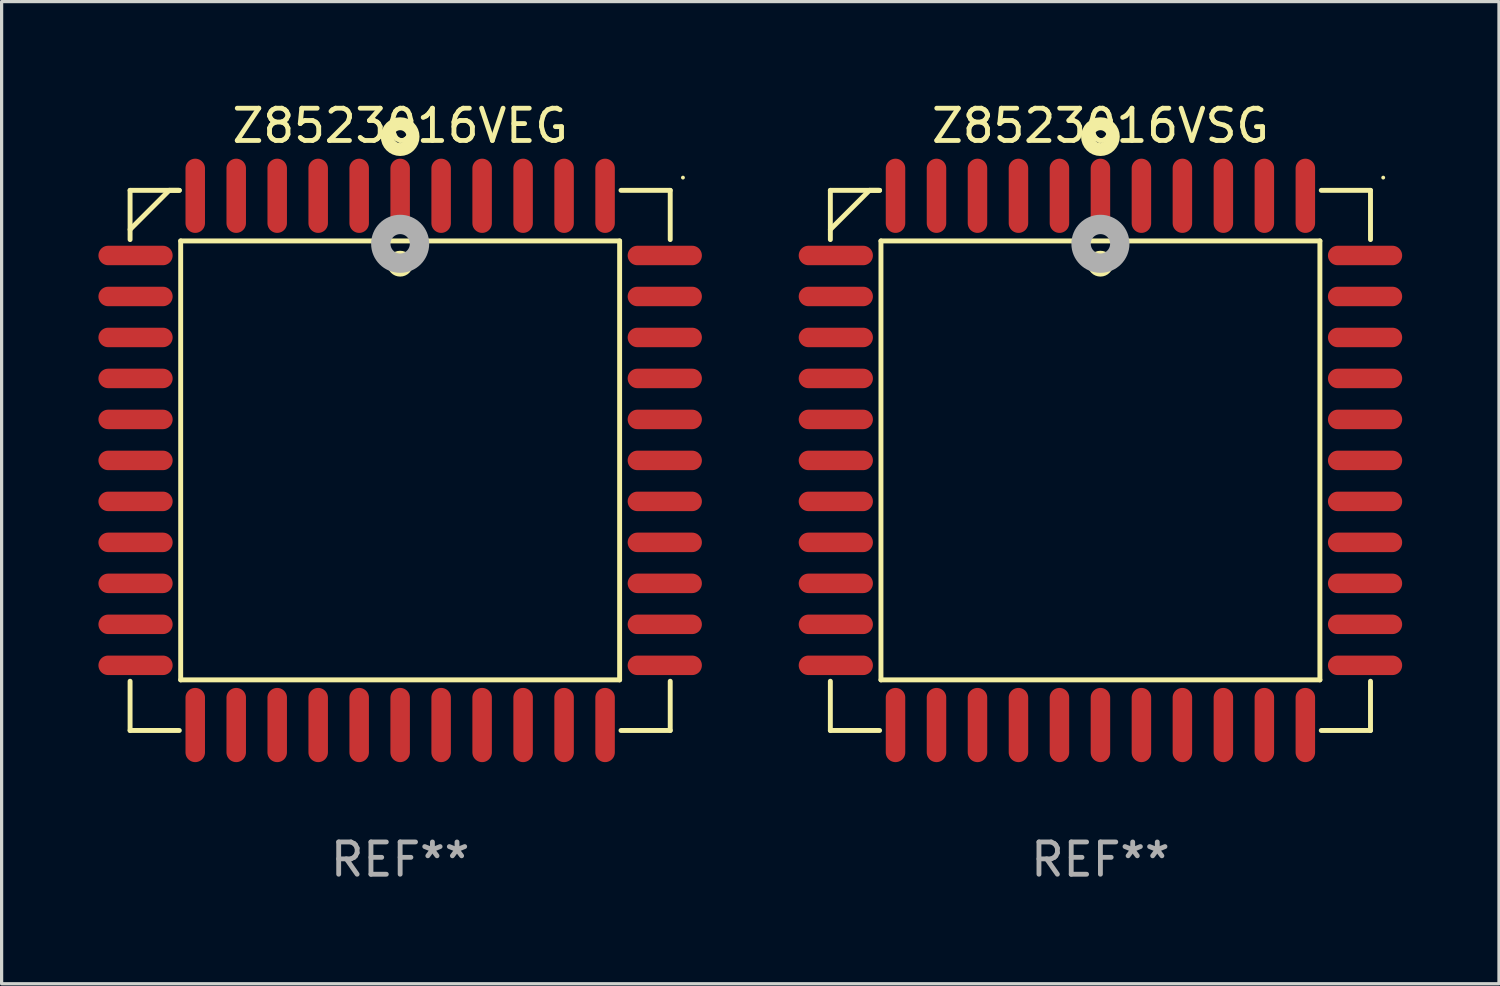
<source format=kicad_pcb>
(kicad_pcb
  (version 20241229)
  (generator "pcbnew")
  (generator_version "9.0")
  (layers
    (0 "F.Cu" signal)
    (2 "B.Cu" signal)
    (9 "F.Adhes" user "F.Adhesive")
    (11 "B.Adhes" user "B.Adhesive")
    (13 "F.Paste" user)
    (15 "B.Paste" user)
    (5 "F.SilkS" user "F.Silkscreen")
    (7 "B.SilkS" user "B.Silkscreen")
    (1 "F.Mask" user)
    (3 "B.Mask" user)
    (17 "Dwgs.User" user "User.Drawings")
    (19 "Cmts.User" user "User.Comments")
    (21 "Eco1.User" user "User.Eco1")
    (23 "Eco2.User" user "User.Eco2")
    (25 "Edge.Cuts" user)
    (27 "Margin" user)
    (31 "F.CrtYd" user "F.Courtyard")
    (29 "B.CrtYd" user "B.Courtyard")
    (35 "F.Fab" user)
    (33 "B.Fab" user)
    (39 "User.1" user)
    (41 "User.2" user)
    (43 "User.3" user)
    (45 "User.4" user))
  (footprint "Z8523016VEG"
    (layer "F.Cu")
    (at 9.35 11.217)
    (property "Reference" "Z8523016VEG" (at 0 -10.369 0) (layer "F.SilkS") (effects (font (size 1 1) (thickness 0.15))))
    (attr through_hole)
    (fp_line (start -8.369 -8.369) (end -8.369 -6.843) (stroke (width 0.152) (type solid)) (layer "F.SilkS"))
    (fp_line (start -8.369 8.369) (end -8.369 6.843) (stroke (width 0.152) (type solid)) (layer "F.SilkS"))
    (fp_line (start -7.156 -8.369) (end -8.369 -7.156) (stroke (width 0.152) (type solid)) (layer "F.SilkS"))
    (fp_line (start -6.843 -8.369) (end -8.369 -8.369) (stroke (width 0.152) (type solid)) (layer "F.SilkS"))
    (fp_line (start -6.843 -8.369) (end -7.156 -8.369) (stroke (width 0.152) (type solid)) (layer "F.SilkS"))
    (fp_line (start -6.843 8.369) (end -8.369 8.369) (stroke (width 0.152) (type solid)) (layer "F.SilkS"))
    (fp_line (start -6.801 -6.801) (end 6.801 -6.801) (stroke (width 0.152) (type solid)) (layer "F.SilkS"))
    (fp_line (start -6.801 6.801) (end -6.801 -6.801) (stroke (width 0.152) (type solid)) (layer "F.SilkS"))
    (fp_line (start 6.801 -6.801) (end 6.801 6.801) (stroke (width 0.152) (type solid)) (layer "F.SilkS"))
    (fp_line (start 6.801 6.801) (end -6.801 6.801) (stroke (width 0.152) (type solid)) (layer "F.SilkS"))
    (fp_line (start 6.843 -8.369) (end 8.369 -8.369) (stroke (width 0.152) (type solid)) (layer "F.SilkS"))
    (fp_line (start 6.843 8.369) (end 8.369 8.369) (stroke (width 0.152) (type solid)) (layer "F.SilkS"))
    (fp_line (start 8.369 -8.369) (end 8.369 -6.843) (stroke (width 0.152) (type solid)) (layer "F.SilkS"))
    (fp_line (start 8.369 8.369) (end 8.369 6.843) (stroke (width 0.152) (type solid)) (layer "F.SilkS"))
    (fp_circle (center -0.000013 -6.096) (end 0.2 -6.096) (stroke (width 0.4) (type solid)) (fill no) (layer "F.SilkS"))
    (fp_circle (center 0.000114 -10.033) (end 0.2 -10.033) (stroke (width 0.4) (type solid)) (fill no) (layer "F.SilkS"))
    (fp_circle (center 8.763 -8.763) (end 8.793 -8.763) (stroke (width 0.06) (type solid)) (fill no) (layer "F.SilkS"))
    (fp_circle (center 0.000114 -6.712) (end 0.3 -6.712) (stroke (width 0.6) (type solid)) (fill no) (layer "F.Fab"))
    (fp_text user "REF**" (at 0 12.369 0) (layer "F.Fab") (effects (font (size 1 1) (thickness 0.15))))
    (pad "1" smd oval (at 0.000114 -8.2) (size 0.604 2.3) (layers "F.Cu" "F.Mask" "F.Paste"))
    (pad "2" smd oval (at -1.27 -8.2) (size 0.604 2.3) (layers "F.Cu" "F.Mask" "F.Paste"))
    (pad "3" smd oval (at -2.54 -8.2) (size 0.604 2.3) (layers "F.Cu" "F.Mask" "F.Paste"))
    (pad "4" smd oval (at -3.81 -8.2) (size 0.604 2.3) (layers "F.Cu" "F.Mask" "F.Paste"))
    (pad "5" smd oval (at -5.08 -8.2) (size 0.604 2.3) (layers "F.Cu" "F.Mask" "F.Paste"))
    (pad "6" smd oval (at -6.35 -8.2) (size 0.604 2.3) (layers "F.Cu" "F.Mask" "F.Paste"))
    (pad "7" smd oval (at -8.2 -6.35) (size 2.3 0.604) (layers "F.Cu" "F.Mask" "F.Paste"))
    (pad "8" smd oval (at -8.2 -5.08) (size 2.3 0.604) (layers "F.Cu" "F.Mask" "F.Paste"))
    (pad "9" smd oval (at -8.2 -3.81) (size 2.3 0.604) (layers "F.Cu" "F.Mask" "F.Paste"))
    (pad "10" smd oval (at -8.2 -2.54) (size 2.3 0.604) (layers "F.Cu" "F.Mask" "F.Paste"))
    (pad "11" smd oval (at -8.2 -1.27) (size 2.3 0.604) (layers "F.Cu" "F.Mask" "F.Paste"))
    (pad "12" smd oval (at -8.2 0.000127) (size 2.3 0.604) (layers "F.Cu" "F.Mask" "F.Paste"))
    (pad "13" smd oval (at -8.2 1.27) (size 2.3 0.604) (layers "F.Cu" "F.Mask" "F.Paste"))
    (pad "14" smd oval (at -8.2 2.54) (size 2.3 0.604) (layers "F.Cu" "F.Mask" "F.Paste"))
    (pad "15" smd oval (at -8.2 3.81) (size 2.3 0.604) (layers "F.Cu" "F.Mask" "F.Paste"))
    (pad "16" smd oval (at -8.2 5.08) (size 2.3 0.604) (layers "F.Cu" "F.Mask" "F.Paste"))
    (pad "17" smd oval (at -8.2 6.35) (size 2.3 0.604) (layers "F.Cu" "F.Mask" "F.Paste"))
    (pad "18" smd oval (at -6.35 8.2) (size 0.604 2.3) (layers "F.Cu" "F.Mask" "F.Paste"))
    (pad "19" smd oval (at -5.08 8.2) (size 0.604 2.3) (layers "F.Cu" "F.Mask" "F.Paste"))
    (pad "20" smd oval (at -3.81 8.2) (size 0.604 2.3) (layers "F.Cu" "F.Mask" "F.Paste"))
    (pad "21" smd oval (at -2.54 8.2) (size 0.604 2.3) (layers "F.Cu" "F.Mask" "F.Paste"))
    (pad "22" smd oval (at -1.27 8.2) (size 0.604 2.3) (layers "F.Cu" "F.Mask" "F.Paste"))
    (pad "23" smd oval (at 0.000114 8.2) (size 0.604 2.3) (layers "F.Cu" "F.Mask" "F.Paste"))
    (pad "24" smd oval (at 1.27 8.2) (size 0.604 2.3) (layers "F.Cu" "F.Mask" "F.Paste"))
    (pad "25" smd oval (at 2.54 8.2) (size 0.604 2.3) (layers "F.Cu" "F.Mask" "F.Paste"))
    (pad "26" smd oval (at 3.81 8.2) (size 0.604 2.3) (layers "F.Cu" "F.Mask" "F.Paste"))
    (pad "27" smd oval (at 5.08 8.2) (size 0.604 2.3) (layers "F.Cu" "F.Mask" "F.Paste"))
    (pad "28" smd oval (at 6.35 8.2) (size 0.604 2.3) (layers "F.Cu" "F.Mask" "F.Paste"))
    (pad "29" smd oval (at 8.2 6.35) (size 2.3 0.604) (layers "F.Cu" "F.Mask" "F.Paste"))
    (pad "30" smd oval (at 8.2 5.08) (size 2.3 0.604) (layers "F.Cu" "F.Mask" "F.Paste"))
    (pad "31" smd oval (at 8.2 3.81) (size 2.3 0.604) (layers "F.Cu" "F.Mask" "F.Paste"))
    (pad "32" smd oval (at 8.2 2.54) (size 2.3 0.604) (layers "F.Cu" "F.Mask" "F.Paste"))
    (pad "33" smd oval (at 8.2 1.27) (size 2.3 0.604) (layers "F.Cu" "F.Mask" "F.Paste"))
    (pad "34" smd oval (at 8.2 0.000127) (size 2.3 0.604) (layers "F.Cu" "F.Mask" "F.Paste"))
    (pad "35" smd oval (at 8.2 -1.27) (size 2.3 0.604) (layers "F.Cu" "F.Mask" "F.Paste"))
    (pad "36" smd oval (at 8.2 -2.54) (size 2.3 0.604) (layers "F.Cu" "F.Mask" "F.Paste"))
    (pad "37" smd oval (at 8.2 -3.81) (size 2.3 0.604) (layers "F.Cu" "F.Mask" "F.Paste"))
    (pad "38" smd oval (at 8.2 -5.08) (size 2.3 0.604) (layers "F.Cu" "F.Mask" "F.Paste"))
    (pad "39" smd oval (at 8.2 -6.35) (size 2.3 0.604) (layers "F.Cu" "F.Mask" "F.Paste"))
    (pad "40" smd oval (at 6.35 -8.2) (size 0.604 2.3) (layers "F.Cu" "F.Mask" "F.Paste"))
    (pad "41" smd oval (at 5.08 -8.2) (size 0.604 2.3) (layers "F.Cu" "F.Mask" "F.Paste"))
    (pad "42" smd oval (at 3.81 -8.2) (size 0.604 2.3) (layers "F.Cu" "F.Mask" "F.Paste"))
    (pad "43" smd oval (at 2.54 -8.2) (size 0.604 2.3) (layers "F.Cu" "F.Mask" "F.Paste"))
    (pad "44" smd oval (at 1.27 -8.2) (size 0.604 2.3) (layers "F.Cu" "F.Mask" "F.Paste")))
  (footprint "Z8523016VSG"
    (layer "F.Cu")
    (at 31.05 11.217)
    (property "Reference" "Z8523016VSG" (at 0 -10.369 0) (layer "F.SilkS") (effects (font (size 1 1) (thickness 0.15))))
    (attr through_hole)
    (fp_line (start -8.369 -8.369) (end -8.369 -6.843) (stroke (width 0.152) (type solid)) (layer "F.SilkS"))
    (fp_line (start -8.369 8.369) (end -8.369 6.843) (stroke (width 0.152) (type solid)) (layer "F.SilkS"))
    (fp_line (start -7.156 -8.369) (end -8.369 -7.156) (stroke (width 0.152) (type solid)) (layer "F.SilkS"))
    (fp_line (start -6.843 -8.369) (end -8.369 -8.369) (stroke (width 0.152) (type solid)) (layer "F.SilkS"))
    (fp_line (start -6.843 -8.369) (end -7.156 -8.369) (stroke (width 0.152) (type solid)) (layer "F.SilkS"))
    (fp_line (start -6.843 8.369) (end -8.369 8.369) (stroke (width 0.152) (type solid)) (layer "F.SilkS"))
    (fp_line (start -6.801 -6.801) (end 6.801 -6.801) (stroke (width 0.152) (type solid)) (layer "F.SilkS"))
    (fp_line (start -6.801 6.801) (end -6.801 -6.801) (stroke (width 0.152) (type solid)) (layer "F.SilkS"))
    (fp_line (start 6.801 -6.801) (end 6.801 6.801) (stroke (width 0.152) (type solid)) (layer "F.SilkS"))
    (fp_line (start 6.801 6.801) (end -6.801 6.801) (stroke (width 0.152) (type solid)) (layer "F.SilkS"))
    (fp_line (start 6.843 -8.369) (end 8.369 -8.369) (stroke (width 0.152) (type solid)) (layer "F.SilkS"))
    (fp_line (start 6.843 8.369) (end 8.369 8.369) (stroke (width 0.152) (type solid)) (layer "F.SilkS"))
    (fp_line (start 8.369 -8.369) (end 8.369 -6.843) (stroke (width 0.152) (type solid)) (layer "F.SilkS"))
    (fp_line (start 8.369 8.369) (end 8.369 6.843) (stroke (width 0.152) (type solid)) (layer "F.SilkS"))
    (fp_circle (center -0.000013 -6.096) (end 0.2 -6.096) (stroke (width 0.4) (type solid)) (fill no) (layer "F.SilkS"))
    (fp_circle (center 0.000114 -10.033) (end 0.2 -10.033) (stroke (width 0.4) (type solid)) (fill no) (layer "F.SilkS"))
    (fp_circle (center 8.763 -8.763) (end 8.793 -8.763) (stroke (width 0.06) (type solid)) (fill no) (layer "F.SilkS"))
    (fp_circle (center 0.000114 -6.712) (end 0.3 -6.712) (stroke (width 0.6) (type solid)) (fill no) (layer "F.Fab"))
    (fp_text user "REF**" (at 0 12.369 0) (layer "F.Fab") (effects (font (size 1 1) (thickness 0.15))))
    (pad "1" smd oval (at 0.000114 -8.2) (size 0.604 2.3) (layers "F.Cu" "F.Mask" "F.Paste"))
    (pad "2" smd oval (at -1.27 -8.2) (size 0.604 2.3) (layers "F.Cu" "F.Mask" "F.Paste"))
    (pad "3" smd oval (at -2.54 -8.2) (size 0.604 2.3) (layers "F.Cu" "F.Mask" "F.Paste"))
    (pad "4" smd oval (at -3.81 -8.2) (size 0.604 2.3) (layers "F.Cu" "F.Mask" "F.Paste"))
    (pad "5" smd oval (at -5.08 -8.2) (size 0.604 2.3) (layers "F.Cu" "F.Mask" "F.Paste"))
    (pad "6" smd oval (at -6.35 -8.2) (size 0.604 2.3) (layers "F.Cu" "F.Mask" "F.Paste"))
    (pad "7" smd oval (at -8.2 -6.35) (size 2.3 0.604) (layers "F.Cu" "F.Mask" "F.Paste"))
    (pad "8" smd oval (at -8.2 -5.08) (size 2.3 0.604) (layers "F.Cu" "F.Mask" "F.Paste"))
    (pad "9" smd oval (at -8.2 -3.81) (size 2.3 0.604) (layers "F.Cu" "F.Mask" "F.Paste"))
    (pad "10" smd oval (at -8.2 -2.54) (size 2.3 0.604) (layers "F.Cu" "F.Mask" "F.Paste"))
    (pad "11" smd oval (at -8.2 -1.27) (size 2.3 0.604) (layers "F.Cu" "F.Mask" "F.Paste"))
    (pad "12" smd oval (at -8.2 0.000127) (size 2.3 0.604) (layers "F.Cu" "F.Mask" "F.Paste"))
    (pad "13" smd oval (at -8.2 1.27) (size 2.3 0.604) (layers "F.Cu" "F.Mask" "F.Paste"))
    (pad "14" smd oval (at -8.2 2.54) (size 2.3 0.604) (layers "F.Cu" "F.Mask" "F.Paste"))
    (pad "15" smd oval (at -8.2 3.81) (size 2.3 0.604) (layers "F.Cu" "F.Mask" "F.Paste"))
    (pad "16" smd oval (at -8.2 5.08) (size 2.3 0.604) (layers "F.Cu" "F.Mask" "F.Paste"))
    (pad "17" smd oval (at -8.2 6.35) (size 2.3 0.604) (layers "F.Cu" "F.Mask" "F.Paste"))
    (pad "18" smd oval (at -6.35 8.2) (size 0.604 2.3) (layers "F.Cu" "F.Mask" "F.Paste"))
    (pad "19" smd oval (at -5.08 8.2) (size 0.604 2.3) (layers "F.Cu" "F.Mask" "F.Paste"))
    (pad "20" smd oval (at -3.81 8.2) (size 0.604 2.3) (layers "F.Cu" "F.Mask" "F.Paste"))
    (pad "21" smd oval (at -2.54 8.2) (size 0.604 2.3) (layers "F.Cu" "F.Mask" "F.Paste"))
    (pad "22" smd oval (at -1.27 8.2) (size 0.604 2.3) (layers "F.Cu" "F.Mask" "F.Paste"))
    (pad "23" smd oval (at 0.000114 8.2) (size 0.604 2.3) (layers "F.Cu" "F.Mask" "F.Paste"))
    (pad "24" smd oval (at 1.27 8.2) (size 0.604 2.3) (layers "F.Cu" "F.Mask" "F.Paste"))
    (pad "25" smd oval (at 2.54 8.2) (size 0.604 2.3) (layers "F.Cu" "F.Mask" "F.Paste"))
    (pad "26" smd oval (at 3.81 8.2) (size 0.604 2.3) (layers "F.Cu" "F.Mask" "F.Paste"))
    (pad "27" smd oval (at 5.08 8.2) (size 0.604 2.3) (layers "F.Cu" "F.Mask" "F.Paste"))
    (pad "28" smd oval (at 6.35 8.2) (size 0.604 2.3) (layers "F.Cu" "F.Mask" "F.Paste"))
    (pad "29" smd oval (at 8.2 6.35) (size 2.3 0.604) (layers "F.Cu" "F.Mask" "F.Paste"))
    (pad "30" smd oval (at 8.2 5.08) (size 2.3 0.604) (layers "F.Cu" "F.Mask" "F.Paste"))
    (pad "31" smd oval (at 8.2 3.81) (size 2.3 0.604) (layers "F.Cu" "F.Mask" "F.Paste"))
    (pad "32" smd oval (at 8.2 2.54) (size 2.3 0.604) (layers "F.Cu" "F.Mask" "F.Paste"))
    (pad "33" smd oval (at 8.2 1.27) (size 2.3 0.604) (layers "F.Cu" "F.Mask" "F.Paste"))
    (pad "34" smd oval (at 8.2 0.000127) (size 2.3 0.604) (layers "F.Cu" "F.Mask" "F.Paste"))
    (pad "35" smd oval (at 8.2 -1.27) (size 2.3 0.604) (layers "F.Cu" "F.Mask" "F.Paste"))
    (pad "36" smd oval (at 8.2 -2.54) (size 2.3 0.604) (layers "F.Cu" "F.Mask" "F.Paste"))
    (pad "37" smd oval (at 8.2 -3.81) (size 2.3 0.604) (layers "F.Cu" "F.Mask" "F.Paste"))
    (pad "38" smd oval (at 8.2 -5.08) (size 2.3 0.604) (layers "F.Cu" "F.Mask" "F.Paste"))
    (pad "39" smd oval (at 8.2 -6.35) (size 2.3 0.604) (layers "F.Cu" "F.Mask" "F.Paste"))
    (pad "40" smd oval (at 6.35 -8.2) (size 0.604 2.3) (layers "F.Cu" "F.Mask" "F.Paste"))
    (pad "41" smd oval (at 5.08 -8.2) (size 0.604 2.3) (layers "F.Cu" "F.Mask" "F.Paste"))
    (pad "42" smd oval (at 3.81 -8.2) (size 0.604 2.3) (layers "F.Cu" "F.Mask" "F.Paste"))
    (pad "43" smd oval (at 2.54 -8.2) (size 0.604 2.3) (layers "F.Cu" "F.Mask" "F.Paste"))
    (pad "44" smd oval (at 1.27 -8.2) (size 0.604 2.3) (layers "F.Cu" "F.Mask" "F.Paste")))
  (gr_rect
    (start -3 -3)
    (end 43.4 27.435)
    (stroke (width 0.1) (type default))
    (fill no)
    (layer "Edge.Cuts")))
</source>
